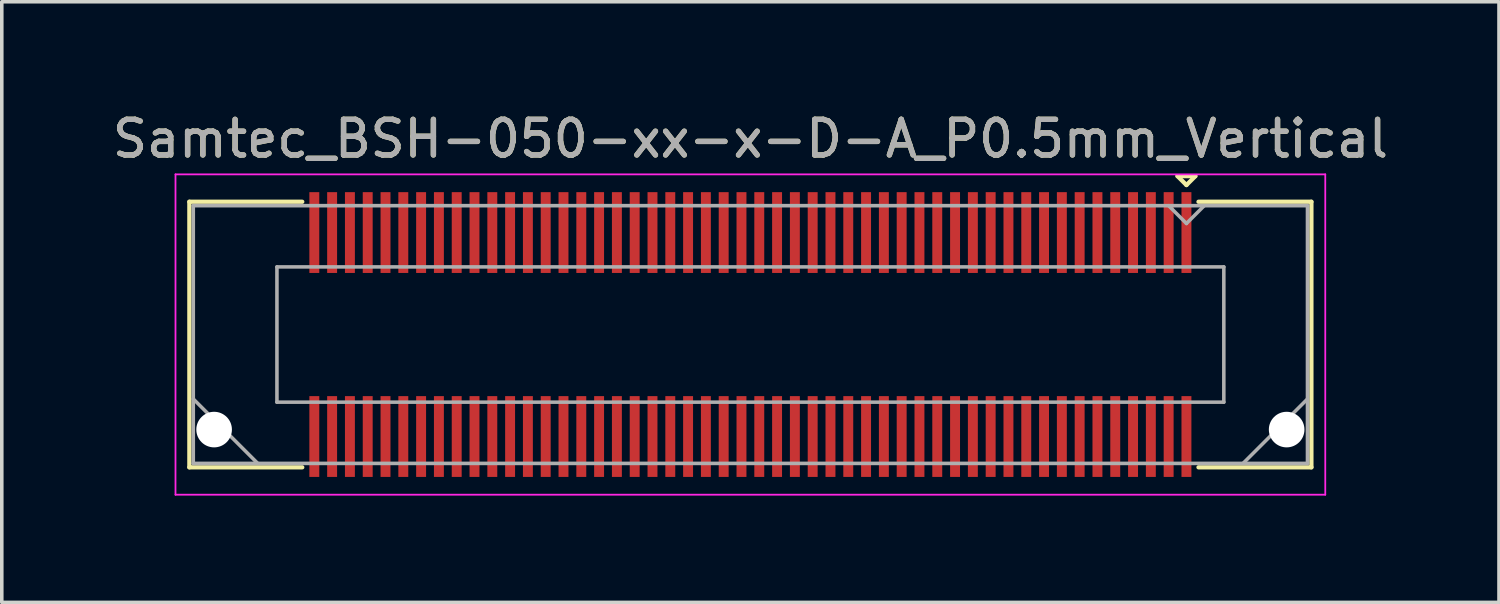
<source format=kicad_pcb>
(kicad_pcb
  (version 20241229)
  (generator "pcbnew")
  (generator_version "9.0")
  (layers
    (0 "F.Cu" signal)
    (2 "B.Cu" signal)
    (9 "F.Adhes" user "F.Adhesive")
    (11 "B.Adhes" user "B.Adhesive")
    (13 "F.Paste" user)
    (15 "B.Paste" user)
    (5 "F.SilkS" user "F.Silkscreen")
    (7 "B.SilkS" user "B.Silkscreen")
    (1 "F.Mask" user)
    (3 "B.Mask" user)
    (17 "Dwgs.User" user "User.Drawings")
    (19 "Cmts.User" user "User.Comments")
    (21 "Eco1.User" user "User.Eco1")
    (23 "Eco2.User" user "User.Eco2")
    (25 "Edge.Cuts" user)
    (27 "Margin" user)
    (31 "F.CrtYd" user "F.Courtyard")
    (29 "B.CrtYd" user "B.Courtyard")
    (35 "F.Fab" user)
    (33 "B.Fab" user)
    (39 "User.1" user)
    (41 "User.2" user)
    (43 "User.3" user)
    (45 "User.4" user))
  (footprint "Samtec_BSH-050-xx-x-D-A_P0.5mm_Vertical"
    (layer "F.Cu")
    (at 18.03 6.348)
    (property "Reference" "Samtec_BSH-050-xx-x-D-A_P0.5mm_Vertical" (at 0 -5.5 0) (layer "F.SilkS") (effects (font (size 1 1) (thickness 0.15))))
    (attr smd)
    (fp_line (start -15.76 -3.73) (end -12.589 -3.73) (stroke (width 0.12) (type solid)) (layer "F.SilkS"))
    (fp_line (start -15.76 3.73) (end -15.76 -3.73) (stroke (width 0.12) (type solid)) (layer "F.SilkS"))
    (fp_line (start -12.589 3.73) (end -15.76 3.73) (stroke (width 0.12) (type solid)) (layer "F.SilkS"))
    (fp_line (start 12 -4.45) (end 12.5 -4.45) (stroke (width 0.12) (type solid)) (layer "F.SilkS"))
    (fp_line (start 12.25 -4.2) (end 12 -4.45) (stroke (width 0.12) (type solid)) (layer "F.SilkS"))
    (fp_line (start 12.5 -4.45) (end 12.25 -4.2) (stroke (width 0.12) (type solid)) (layer "F.SilkS"))
    (fp_line (start 12.589 3.73) (end 15.76 3.73) (stroke (width 0.12) (type solid)) (layer "F.SilkS"))
    (fp_line (start 15.76 -3.73) (end 12.589 -3.73) (stroke (width 0.12) (type solid)) (layer "F.SilkS"))
    (fp_line (start 15.76 3.73) (end 15.76 -3.73) (stroke (width 0.12) (type solid)) (layer "F.SilkS"))
    (fp_line (start -16.15 -4.5) (end -16.15 4.5) (stroke (width 0.05) (type solid)) (layer "F.CrtYd"))
    (fp_line (start -16.15 4.5) (end 16.15 4.5) (stroke (width 0.05) (type solid)) (layer "F.CrtYd"))
    (fp_line (start 16.15 -4.5) (end -16.15 -4.5) (stroke (width 0.05) (type solid)) (layer "F.CrtYd"))
    (fp_line (start 16.15 4.5) (end 16.15 -4.5) (stroke (width 0.05) (type solid)) (layer "F.CrtYd"))
    (fp_line (start -15.65 -3.62) (end -15.65 3.62) (stroke (width 0.1) (type solid)) (layer "F.Fab"))
    (fp_line (start -15.65 1.81) (end -13.84 3.62) (stroke (width 0.1) (type solid)) (layer "F.Fab"))
    (fp_line (start -15.65 3.62) (end 15.65 3.62) (stroke (width 0.1) (type solid)) (layer "F.Fab"))
    (fp_line (start -13.3 -1.9) (end -13.3 1.9) (stroke (width 0.1) (type solid)) (layer "F.Fab"))
    (fp_line (start -13.3 1.9) (end 13.3 1.9) (stroke (width 0.1) (type solid)) (layer "F.Fab"))
    (fp_line (start 12.25 -3.12) (end 11.75 -3.62) (stroke (width 0.1) (type solid)) (layer "F.Fab"))
    (fp_line (start 12.75 -3.62) (end 12.25 -3.12) (stroke (width 0.1) (type solid)) (layer "F.Fab"))
    (fp_line (start 13.3 -1.9) (end -13.3 -1.9) (stroke (width 0.1) (type solid)) (layer "F.Fab"))
    (fp_line (start 13.3 1.9) (end 13.3 -1.9) (stroke (width 0.1) (type solid)) (layer "F.Fab"))
    (fp_line (start 15.65 -3.62) (end -15.65 -3.62) (stroke (width 0.1) (type solid)) (layer "F.Fab"))
    (fp_line (start 15.65 1.81) (end 13.84 3.62) (stroke (width 0.1) (type solid)) (layer "F.Fab"))
    (fp_line (start 15.65 3.62) (end 15.65 -3.62) (stroke (width 0.1) (type solid)) (layer "F.Fab"))
    (fp_text user "${REFERENCE}" (at 0 -5.5 0) (layer "F.Fab") (effects (font (size 1 1) (thickness 0.15))))
    (pad "" np_thru_hole circle (at -15.065 2.67) (size 1 1) (drill 1) (layers "*.Cu" "*.Mask"))
    (pad "" np_thru_hole circle (at 15.065 2.67) (size 1 1) (drill 1) (layers "*.Cu" "*.Mask"))
    (pad "1" smd rect (at 12.25 -2.865) (size 0.279 2.27) (layers "F.Cu" "F.Mask" "F.Paste"))
    (pad "2" smd rect (at 12.25 2.865) (size 0.279 2.27) (layers "F.Cu" "F.Mask" "F.Paste"))
    (pad "3" smd rect (at 11.75 -2.865) (size 0.279 2.27) (layers "F.Cu" "F.Mask" "F.Paste"))
    (pad "4" smd rect (at 11.75 2.865) (size 0.279 2.27) (layers "F.Cu" "F.Mask" "F.Paste"))
    (pad "5" smd rect (at 11.25 -2.865) (size 0.279 2.27) (layers "F.Cu" "F.Mask" "F.Paste"))
    (pad "6" smd rect (at 11.25 2.865) (size 0.279 2.27) (layers "F.Cu" "F.Mask" "F.Paste"))
    (pad "7" smd rect (at 10.75 -2.865) (size 0.279 2.27) (layers "F.Cu" "F.Mask" "F.Paste"))
    (pad "8" smd rect (at 10.75 2.865) (size 0.279 2.27) (layers "F.Cu" "F.Mask" "F.Paste"))
    (pad "9" smd rect (at 10.25 -2.865) (size 0.279 2.27) (layers "F.Cu" "F.Mask" "F.Paste"))
    (pad "10" smd rect (at 10.25 2.865) (size 0.279 2.27) (layers "F.Cu" "F.Mask" "F.Paste"))
    (pad "11" smd rect (at 9.75 -2.865) (size 0.279 2.27) (layers "F.Cu" "F.Mask" "F.Paste"))
    (pad "12" smd rect (at 9.75 2.865) (size 0.279 2.27) (layers "F.Cu" "F.Mask" "F.Paste"))
    (pad "13" smd rect (at 9.25 -2.865) (size 0.279 2.27) (layers "F.Cu" "F.Mask" "F.Paste"))
    (pad "14" smd rect (at 9.25 2.865) (size 0.279 2.27) (layers "F.Cu" "F.Mask" "F.Paste"))
    (pad "15" smd rect (at 8.75 -2.865) (size 0.279 2.27) (layers "F.Cu" "F.Mask" "F.Paste"))
    (pad "16" smd rect (at 8.75 2.865) (size 0.279 2.27) (layers "F.Cu" "F.Mask" "F.Paste"))
    (pad "17" smd rect (at 8.25 -2.865) (size 0.279 2.27) (layers "F.Cu" "F.Mask" "F.Paste"))
    (pad "18" smd rect (at 8.25 2.865) (size 0.279 2.27) (layers "F.Cu" "F.Mask" "F.Paste"))
    (pad "19" smd rect (at 7.75 -2.865) (size 0.279 2.27) (layers "F.Cu" "F.Mask" "F.Paste"))
    (pad "20" smd rect (at 7.75 2.865) (size 0.279 2.27) (layers "F.Cu" "F.Mask" "F.Paste"))
    (pad "21" smd rect (at 7.25 -2.865) (size 0.279 2.27) (layers "F.Cu" "F.Mask" "F.Paste"))
    (pad "22" smd rect (at 7.25 2.865) (size 0.279 2.27) (layers "F.Cu" "F.Mask" "F.Paste"))
    (pad "23" smd rect (at 6.75 -2.865) (size 0.279 2.27) (layers "F.Cu" "F.Mask" "F.Paste"))
    (pad "24" smd rect (at 6.75 2.865) (size 0.279 2.27) (layers "F.Cu" "F.Mask" "F.Paste"))
    (pad "25" smd rect (at 6.25 -2.865) (size 0.279 2.27) (layers "F.Cu" "F.Mask" "F.Paste"))
    (pad "26" smd rect (at 6.25 2.865) (size 0.279 2.27) (layers "F.Cu" "F.Mask" "F.Paste"))
    (pad "27" smd rect (at 5.75 -2.865) (size 0.279 2.27) (layers "F.Cu" "F.Mask" "F.Paste"))
    (pad "28" smd rect (at 5.75 2.865) (size 0.279 2.27) (layers "F.Cu" "F.Mask" "F.Paste"))
    (pad "29" smd rect (at 5.25 -2.865) (size 0.279 2.27) (layers "F.Cu" "F.Mask" "F.Paste"))
    (pad "30" smd rect (at 5.25 2.865) (size 0.279 2.27) (layers "F.Cu" "F.Mask" "F.Paste"))
    (pad "31" smd rect (at 4.75 -2.865) (size 0.279 2.27) (layers "F.Cu" "F.Mask" "F.Paste"))
    (pad "32" smd rect (at 4.75 2.865) (size 0.279 2.27) (layers "F.Cu" "F.Mask" "F.Paste"))
    (pad "33" smd rect (at 4.25 -2.865) (size 0.279 2.27) (layers "F.Cu" "F.Mask" "F.Paste"))
    (pad "34" smd rect (at 4.25 2.865) (size 0.279 2.27) (layers "F.Cu" "F.Mask" "F.Paste"))
    (pad "35" smd rect (at 3.75 -2.865) (size 0.279 2.27) (layers "F.Cu" "F.Mask" "F.Paste"))
    (pad "36" smd rect (at 3.75 2.865) (size 0.279 2.27) (layers "F.Cu" "F.Mask" "F.Paste"))
    (pad "37" smd rect (at 3.25 -2.865) (size 0.279 2.27) (layers "F.Cu" "F.Mask" "F.Paste"))
    (pad "38" smd rect (at 3.25 2.865) (size 0.279 2.27) (layers "F.Cu" "F.Mask" "F.Paste"))
    (pad "39" smd rect (at 2.75 -2.865) (size 0.279 2.27) (layers "F.Cu" "F.Mask" "F.Paste"))
    (pad "40" smd rect (at 2.75 2.865) (size 0.279 2.27) (layers "F.Cu" "F.Mask" "F.Paste"))
    (pad "41" smd rect (at 2.25 -2.865) (size 0.279 2.27) (layers "F.Cu" "F.Mask" "F.Paste"))
    (pad "42" smd rect (at 2.25 2.865) (size 0.279 2.27) (layers "F.Cu" "F.Mask" "F.Paste"))
    (pad "43" smd rect (at 1.75 -2.865) (size 0.279 2.27) (layers "F.Cu" "F.Mask" "F.Paste"))
    (pad "44" smd rect (at 1.75 2.865) (size 0.279 2.27) (layers "F.Cu" "F.Mask" "F.Paste"))
    (pad "45" smd rect (at 1.25 -2.865) (size 0.279 2.27) (layers "F.Cu" "F.Mask" "F.Paste"))
    (pad "46" smd rect (at 1.25 2.865) (size 0.279 2.27) (layers "F.Cu" "F.Mask" "F.Paste"))
    (pad "47" smd rect (at 0.75 -2.865) (size 0.279 2.27) (layers "F.Cu" "F.Mask" "F.Paste"))
    (pad "48" smd rect (at 0.75 2.865) (size 0.279 2.27) (layers "F.Cu" "F.Mask" "F.Paste"))
    (pad "49" smd rect (at 0.25 -2.865) (size 0.279 2.27) (layers "F.Cu" "F.Mask" "F.Paste"))
    (pad "50" smd rect (at 0.25 2.865) (size 0.279 2.27) (layers "F.Cu" "F.Mask" "F.Paste"))
    (pad "51" smd rect (at -0.25 -2.865) (size 0.279 2.27) (layers "F.Cu" "F.Mask" "F.Paste"))
    (pad "52" smd rect (at -0.25 2.865) (size 0.279 2.27) (layers "F.Cu" "F.Mask" "F.Paste"))
    (pad "53" smd rect (at -0.75 -2.865) (size 0.279 2.27) (layers "F.Cu" "F.Mask" "F.Paste"))
    (pad "54" smd rect (at -0.75 2.865) (size 0.279 2.27) (layers "F.Cu" "F.Mask" "F.Paste"))
    (pad "55" smd rect (at -1.25 -2.865) (size 0.279 2.27) (layers "F.Cu" "F.Mask" "F.Paste"))
    (pad "56" smd rect (at -1.25 2.865) (size 0.279 2.27) (layers "F.Cu" "F.Mask" "F.Paste"))
    (pad "57" smd rect (at -1.75 -2.865) (size 0.279 2.27) (layers "F.Cu" "F.Mask" "F.Paste"))
    (pad "58" smd rect (at -1.75 2.865) (size 0.279 2.27) (layers "F.Cu" "F.Mask" "F.Paste"))
    (pad "59" smd rect (at -2.25 -2.865) (size 0.279 2.27) (layers "F.Cu" "F.Mask" "F.Paste"))
    (pad "60" smd rect (at -2.25 2.865) (size 0.279 2.27) (layers "F.Cu" "F.Mask" "F.Paste"))
    (pad "61" smd rect (at -2.75 -2.865) (size 0.279 2.27) (layers "F.Cu" "F.Mask" "F.Paste"))
    (pad "62" smd rect (at -2.75 2.865) (size 0.279 2.27) (layers "F.Cu" "F.Mask" "F.Paste"))
    (pad "63" smd rect (at -3.25 -2.865) (size 0.279 2.27) (layers "F.Cu" "F.Mask" "F.Paste"))
    (pad "64" smd rect (at -3.25 2.865) (size 0.279 2.27) (layers "F.Cu" "F.Mask" "F.Paste"))
    (pad "65" smd rect (at -3.75 -2.865) (size 0.279 2.27) (layers "F.Cu" "F.Mask" "F.Paste"))
    (pad "66" smd rect (at -3.75 2.865) (size 0.279 2.27) (layers "F.Cu" "F.Mask" "F.Paste"))
    (pad "67" smd rect (at -4.25 -2.865) (size 0.279 2.27) (layers "F.Cu" "F.Mask" "F.Paste"))
    (pad "68" smd rect (at -4.25 2.865) (size 0.279 2.27) (layers "F.Cu" "F.Mask" "F.Paste"))
    (pad "69" smd rect (at -4.75 -2.865) (size 0.279 2.27) (layers "F.Cu" "F.Mask" "F.Paste"))
    (pad "70" smd rect (at -4.75 2.865) (size 0.279 2.27) (layers "F.Cu" "F.Mask" "F.Paste"))
    (pad "71" smd rect (at -5.25 -2.865) (size 0.279 2.27) (layers "F.Cu" "F.Mask" "F.Paste"))
    (pad "72" smd rect (at -5.25 2.865) (size 0.279 2.27) (layers "F.Cu" "F.Mask" "F.Paste"))
    (pad "73" smd rect (at -5.75 -2.865) (size 0.279 2.27) (layers "F.Cu" "F.Mask" "F.Paste"))
    (pad "74" smd rect (at -5.75 2.865) (size 0.279 2.27) (layers "F.Cu" "F.Mask" "F.Paste"))
    (pad "75" smd rect (at -6.25 -2.865) (size 0.279 2.27) (layers "F.Cu" "F.Mask" "F.Paste"))
    (pad "76" smd rect (at -6.25 2.865) (size 0.279 2.27) (layers "F.Cu" "F.Mask" "F.Paste"))
    (pad "77" smd rect (at -6.75 -2.865) (size 0.279 2.27) (layers "F.Cu" "F.Mask" "F.Paste"))
    (pad "78" smd rect (at -6.75 2.865) (size 0.279 2.27) (layers "F.Cu" "F.Mask" "F.Paste"))
    (pad "79" smd rect (at -7.25 -2.865) (size 0.279 2.27) (layers "F.Cu" "F.Mask" "F.Paste"))
    (pad "80" smd rect (at -7.25 2.865) (size 0.279 2.27) (layers "F.Cu" "F.Mask" "F.Paste"))
    (pad "81" smd rect (at -7.75 -2.865) (size 0.279 2.27) (layers "F.Cu" "F.Mask" "F.Paste"))
    (pad "82" smd rect (at -7.75 2.865) (size 0.279 2.27) (layers "F.Cu" "F.Mask" "F.Paste"))
    (pad "83" smd rect (at -8.25 -2.865) (size 0.279 2.27) (layers "F.Cu" "F.Mask" "F.Paste"))
    (pad "84" smd rect (at -8.25 2.865) (size 0.279 2.27) (layers "F.Cu" "F.Mask" "F.Paste"))
    (pad "85" smd rect (at -8.75 -2.865) (size 0.279 2.27) (layers "F.Cu" "F.Mask" "F.Paste"))
    (pad "86" smd rect (at -8.75 2.865) (size 0.279 2.27) (layers "F.Cu" "F.Mask" "F.Paste"))
    (pad "87" smd rect (at -9.25 -2.865) (size 0.279 2.27) (layers "F.Cu" "F.Mask" "F.Paste"))
    (pad "88" smd rect (at -9.25 2.865) (size 0.279 2.27) (layers "F.Cu" "F.Mask" "F.Paste"))
    (pad "89" smd rect (at -9.75 -2.865) (size 0.279 2.27) (layers "F.Cu" "F.Mask" "F.Paste"))
    (pad "90" smd rect (at -9.75 2.865) (size 0.279 2.27) (layers "F.Cu" "F.Mask" "F.Paste"))
    (pad "91" smd rect (at -10.25 -2.865) (size 0.279 2.27) (layers "F.Cu" "F.Mask" "F.Paste"))
    (pad "92" smd rect (at -10.25 2.865) (size 0.279 2.27) (layers "F.Cu" "F.Mask" "F.Paste"))
    (pad "93" smd rect (at -10.75 -2.865) (size 0.279 2.27) (layers "F.Cu" "F.Mask" "F.Paste"))
    (pad "94" smd rect (at -10.75 2.865) (size 0.279 2.27) (layers "F.Cu" "F.Mask" "F.Paste"))
    (pad "95" smd rect (at -11.25 -2.865) (size 0.279 2.27) (layers "F.Cu" "F.Mask" "F.Paste"))
    (pad "96" smd rect (at -11.25 2.865) (size 0.279 2.27) (layers "F.Cu" "F.Mask" "F.Paste"))
    (pad "97" smd rect (at -11.75 -2.865) (size 0.279 2.27) (layers "F.Cu" "F.Mask" "F.Paste"))
    (pad "98" smd rect (at -11.75 2.865) (size 0.279 2.27) (layers "F.Cu" "F.Mask" "F.Paste"))
    (pad "99" smd rect (at -12.25 -2.865) (size 0.279 2.27) (layers "F.Cu" "F.Mask" "F.Paste"))
    (pad "100" smd rect (at -12.25 2.865) (size 0.279 2.27) (layers "F.Cu" "F.Mask" "F.Paste")))
  (gr_rect
    (start -3 -3)
    (end 39.06 13.873)
    (stroke (width 0.1) (type default))
    (fill no)
    (layer "Edge.Cuts")))
</source>
